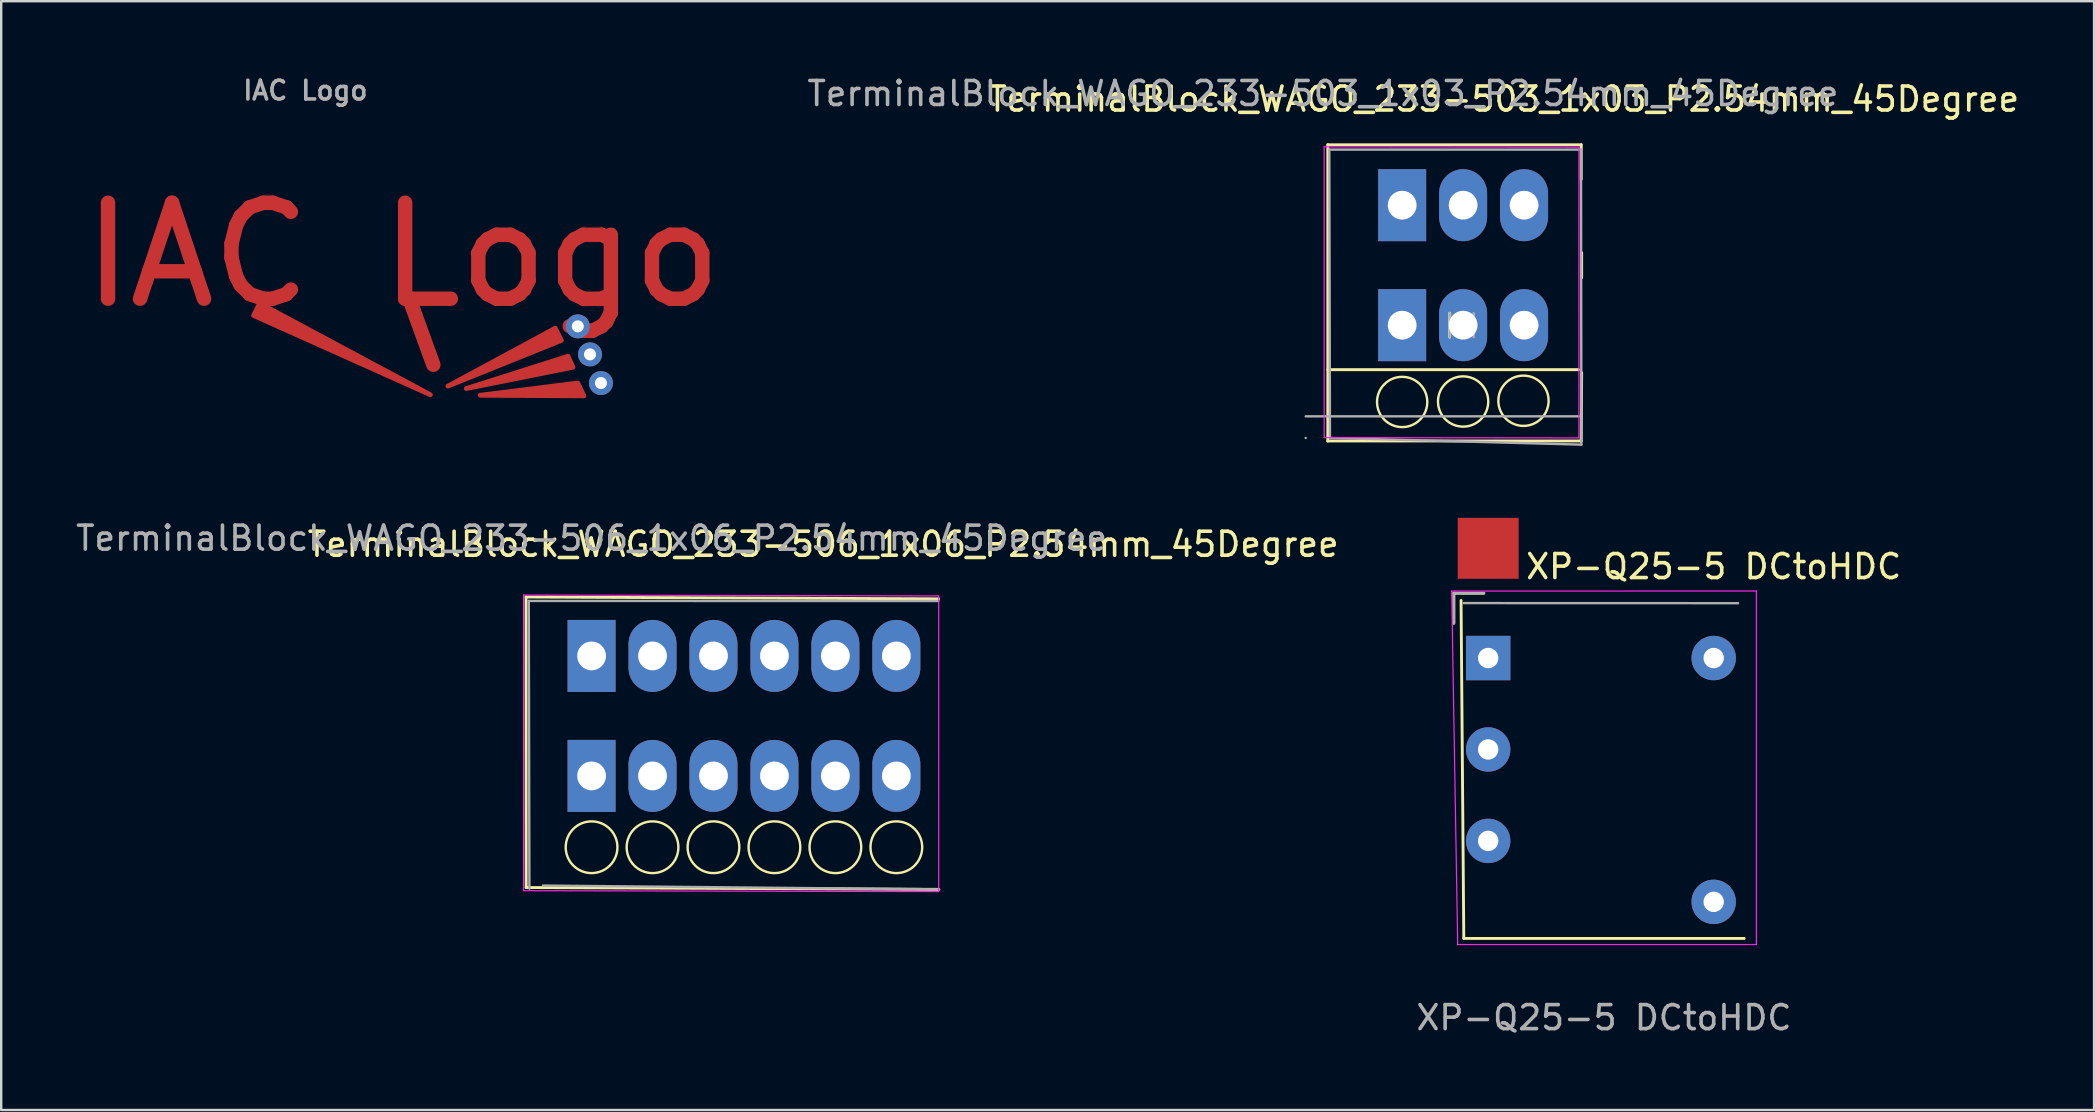
<source format=kicad_pcb>
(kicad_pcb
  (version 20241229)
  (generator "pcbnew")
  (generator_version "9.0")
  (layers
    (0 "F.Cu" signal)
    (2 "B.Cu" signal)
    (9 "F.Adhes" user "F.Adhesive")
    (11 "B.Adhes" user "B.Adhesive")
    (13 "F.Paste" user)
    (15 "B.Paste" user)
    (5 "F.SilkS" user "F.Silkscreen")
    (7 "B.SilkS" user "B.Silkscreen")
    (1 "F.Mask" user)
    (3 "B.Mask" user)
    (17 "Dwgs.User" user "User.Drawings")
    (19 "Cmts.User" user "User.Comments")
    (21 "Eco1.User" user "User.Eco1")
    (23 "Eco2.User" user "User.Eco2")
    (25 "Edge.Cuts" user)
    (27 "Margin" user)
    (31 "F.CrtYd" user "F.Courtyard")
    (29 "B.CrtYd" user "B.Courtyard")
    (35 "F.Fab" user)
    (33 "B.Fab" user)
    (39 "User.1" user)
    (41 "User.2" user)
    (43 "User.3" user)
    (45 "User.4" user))
  (footprint "IAC Logo"
    (layer "F.Cu")
    (at 14.5 7.832)
    (property "Reference" "IAC Logo" (at -0.762 -0.254 0) (layer "F.Cu") (effects (font (size 4 4) (thickness 0.6))))
    (attr through_hole)
    (fp_line (start -0.508 1.524) (end 0.508 4.318) (stroke (width 0.6) (type default)) (layer "F.Cu"))
    (fp_poly (pts (xy -6.729 1.757) (xy 0.383 5.567) (xy -6.983 2.265)) (stroke (width 0.2) (type solid)) (fill yes) (layer "F.Cu"))
    (fp_poly (pts (xy 1.118 5.207) (xy 5.588 2.794) (xy 5.842 3.302)) (stroke (width 0.2) (type solid)) (fill yes) (layer "F.Cu"))
    (fp_poly (pts (xy 1.88 5.309) (xy 6.121 3.962) (xy 6.325 4.42)) (stroke (width 0.2) (type solid)) (fill yes) (layer "F.Cu"))
    (fp_poly (pts (xy 2.464 5.588) (xy 6.528 5.08) (xy 6.782 5.613)) (stroke (width 0.2) (type solid)) (fill yes) (layer "F.Cu"))
    (fp_text user "${REFERENCE}" (at -4.826 -7.112 0) (layer "F.Fab") (effects (font (size 0.78 0.78) (thickness 0.15))))
    (pad "1" thru_hole circle (at 6.528 2.718) (size 1 1) (drill 0.5) (layers "*.Cu" "*.Mask"))
    (pad "2" thru_hole circle (at 7.036 3.886) (size 1 1) (drill 0.5) (layers "*.Cu" "*.Mask"))
    (pad "3" thru_hole circle (at 7.493 5.08) (size 1 1) (drill 0.5) (layers "*.Cu" "*.Mask")))
  (footprint "XP-Q25-5 DCtoHDC"
    (layer "F.Cu")
    (at 58.963 24.371)
    (property "Reference" "XP-Q25-5 DCtoHDC" (at 9.398 -3.81 0) (layer "F.SilkS") (effects (font (size 1 1) (thickness 0.15))))
    (attr through_hole)
    (fp_line (start -1.43 -2.7) (end -1.43 -1.45) (stroke (width 0.12) (type solid)) (layer "F.SilkS"))
    (fp_line (start -1.13 -2.4) (end -1.016 11.684) (stroke (width 0.12) (type solid)) (layer "F.SilkS"))
    (fp_line (start -1.016 11.684) (end 10.668 11.684) (stroke (width 0.12) (type solid)) (layer "F.SilkS"))
    (fp_line (start -0.18 -2.7) (end -1.43 -2.7) (stroke (width 0.12) (type solid)) (layer "F.SilkS"))
    (fp_line (start -1.52 -2.79) (end -1.27 11.938) (stroke (width 0.05) (type solid)) (layer "F.CrtYd"))
    (fp_line (start -1.27 11.938) (end 11.176 11.938) (stroke (width 0.05) (type solid)) (layer "F.CrtYd"))
    (fp_line (start 11.176 -2.794) (end -1.52 -2.79) (stroke (width 0.05) (type solid)) (layer "F.CrtYd"))
    (fp_line (start 11.176 11.938) (end 11.176 -2.794) (stroke (width 0.05) (type solid)) (layer "F.CrtYd"))
    (fp_line (start -1.43 -2.7) (end -1.43 -1.45) (stroke (width 0.1) (type solid)) (layer "F.Fab"))
    (fp_line (start -0.18 -2.7) (end -1.43 -2.7) (stroke (width 0.1) (type solid)) (layer "F.Fab"))
    (fp_line (start 10.414 -2.286) (end -1.02 -2.29) (stroke (width 0.1) (type solid)) (layer "F.Fab"))
    (fp_text user "${REFERENCE}" (at 4.826 14.986 0) (layer "F.Fab") (effects (font (size 1 1) (thickness 0.15))))
    (pad "1" thru_hole rect (at 0 0) (size 1.85 1.85) (drill 0.85) (layers "*.Cu" "*.Mask"))
    (pad "2" thru_hole circle (at 0 3.81) (size 1.85 1.85) (drill 0.85) (layers "*.Cu" "*.Mask"))
    (pad "3" thru_hole circle (at 9.398 0) (size 1.85 1.85) (drill 0.85) (layers "*.Cu" "*.Mask"))
    (pad "4" thru_hole circle (at 9.398 10.16) (size 1.85 1.85) (drill 0.85) (layers "*.Cu" "*.Mask"))
    (pad "5" smd rect (at 0 -4.572) (size 2.54 2.54) (layers "F.Cu" "F.Mask" "F.Paste"))
    (pad "6" thru_hole circle (at 0 7.62) (size 1.85 1.85) (drill 0.85) (layers "*.Cu" "*.Mask")))
  (footprint "TerminalBlock_WAGO_233-506_1x06_P2.54mm_45Degree"
    (layer "F.Cu")
    (at 21.601 29.283)
    (property "Reference" "TerminalBlock_WAGO_233-506_1x06_P2.54mm_45Degree" (at 9.652 -9.652 0) (layer "F.SilkS") (effects (font (size 1 1) (thickness 0.15))))
    (attr through_hole)
    (fp_line (start -2.731 -7.455) (end -2.724 4.651) (stroke (width 0.12) (type solid)) (layer "F.SilkS"))
    (fp_line (start -2.731 -7.455) (end 14.465 -7.379) (stroke (width 0.12) (type solid)) (layer "F.SilkS"))
    (fp_line (start -2.724 4.651) (end 14.472 4.727) (stroke (width 0.12) (type solid)) (layer "F.SilkS"))
    (fp_circle (center 0 2.972) (end 0.762 2.21) (stroke (width 0.1) (type default)) (fill no) (layer "F.SilkS"))
    (fp_circle (center 2.54 2.972) (end 3.302 2.21) (stroke (width 0.1) (type default)) (fill no) (layer "F.SilkS"))
    (fp_circle (center 5.08 2.972) (end 5.842 2.21) (stroke (width 0.1) (type default)) (fill no) (layer "F.SilkS"))
    (fp_circle (center 7.62 2.972) (end 8.382 2.21) (stroke (width 0.1) (type default)) (fill no) (layer "F.SilkS"))
    (fp_circle (center 10.16 2.972) (end 10.922 2.21) (stroke (width 0.1) (type default)) (fill no) (layer "F.SilkS"))
    (fp_circle (center 12.7 2.972) (end 13.462 2.21) (stroke (width 0.1) (type default)) (fill no) (layer "F.SilkS"))
    (fp_line (start -2.832 -7.537) (end -2.832 4.782) (stroke (width 0.05) (type solid)) (layer "F.CrtYd"))
    (fp_line (start -2.832 4.782) (end 14.465 4.82) (stroke (width 0.05) (type solid)) (layer "F.CrtYd"))
    (fp_line (start 14.465 -7.499) (end -2.832 -7.537) (stroke (width 0.05) (type solid)) (layer "F.CrtYd"))
    (fp_line (start 14.465 4.82) (end 14.465 -7.499) (stroke (width 0.05) (type solid)) (layer "F.CrtYd"))
    (fp_line (start -2.616 -7.292) (end 14.453 -7.288) (stroke (width 0.1) (type solid)) (layer "F.Fab"))
    (fp_line (start -2.591 4.697) (end -2.616 -7.292) (stroke (width 0.1) (type solid)) (layer "F.Fab"))
    (fp_line (start 14.472 4.727) (end -2.026 4.569) (stroke (width 0.1) (type solid)) (layer "F.Fab"))
    (fp_text user "${REFERENCE}" (at 0 -9.906 0) (layer "F.Fab") (effects (font (size 1 1) (thickness 0.15))))
    (pad "1" thru_hole rect (at 0 -5) (size 2 3) (drill 1.2) (layers "*.Cu" "*.Mask"))
    (pad "1" thru_hole rect (at 0 0) (size 2 3) (drill 1.2) (layers "*.Cu" "*.Mask"))
    (pad "2" thru_hole oval (at 2.54 -5) (size 2 3) (drill 1.2) (layers "*.Cu" "*.Mask"))
    (pad "2" thru_hole oval (at 2.54 0) (size 2 3) (drill 1.2) (layers "*.Cu" "*.Mask"))
    (pad "3" thru_hole oval (at 5.08 -5) (size 2 3) (drill 1.2) (layers "*.Cu" "*.Mask"))
    (pad "3" thru_hole oval (at 5.08 0) (size 2 3) (drill 1.2) (layers "*.Cu" "*.Mask"))
    (pad "4" thru_hole oval (at 7.62 -5) (size 2 3) (drill 1.2) (layers "*.Cu" "*.Mask"))
    (pad "4" thru_hole oval (at 7.62 0) (size 2 3) (drill 1.2) (layers "*.Cu" "*.Mask"))
    (pad "5" thru_hole oval (at 10.16 -5) (size 2 3) (drill 1.2) (layers "*.Cu" "*.Mask"))
    (pad "5" thru_hole oval (at 10.16 0) (size 2 3) (drill 1.2) (layers "*.Cu" "*.Mask"))
    (pad "6" thru_hole oval (at 12.7 -5) (size 2 3) (drill 1.2) (layers "*.Cu" "*.Mask"))
    (pad "6" thru_hole oval (at 12.7 0) (size 2 3) (drill 1.2) (layers "*.Cu" "*.Mask")))
  (footprint "TerminalBlock_WAGO_233-503_1x03_P2.54mm_45Degree"
    (layer "F.Cu")
    (at 55.379 10.5)
    (property "Reference" "TerminalBlock_WAGO_233-503_1x03_P2.54mm_45Degree" (at 4.23 -9.42 0) (layer "F.SilkS") (effects (font (size 1 1) (thickness 0.15))))
    (attr through_hole)
    (fp_line (start -3.099 -7.518) (end -3.099 4.826) (stroke (width 0.12) (type solid)) (layer "F.SilkS"))
    (fp_line (start -3.099 -7.518) (end 7.461 -7.518) (stroke (width 0.12) (type solid)) (layer "F.SilkS"))
    (fp_line (start -3.099 1.854) (end 7.353 1.854) (stroke (width 0.12) (type solid)) (layer "F.SilkS"))
    (fp_line (start -3.099 4.826) (end 7.461 4.826) (stroke (width 0.12) (type solid)) (layer "F.SilkS"))
    (fp_line (start 1.98 -0.5) (end 1.98 0.5) (stroke (width 0.12) (type solid)) (layer "F.SilkS"))
    (fp_line (start 7.461 -7.518) (end 7.461 -6.078) (stroke (width 0.12) (type solid)) (layer "F.SilkS"))
    (fp_line (start 7.48 -3.02) (end 7.48 -1.98) (stroke (width 0.12) (type solid)) (layer "F.SilkS"))
    (fp_line (start 7.48 1.98) (end 7.461 4.826) (stroke (width 0.12) (type solid)) (layer "F.SilkS"))
    (fp_circle (center 0 3.2) (end 1.016 2.946) (stroke (width 0.1) (type default)) (fill no) (layer "F.SilkS"))
    (fp_circle (center 2.54 3.181) (end 3.556 2.927) (stroke (width 0.1) (type default)) (fill no) (layer "F.SilkS"))
    (fp_circle (center 5.055 3.15) (end 6.071 2.896) (stroke (width 0.1) (type default)) (fill no) (layer "F.SilkS"))
    (fp_line (start -3.251 -7.429) (end -3.251 4.686) (stroke (width 0.05) (type solid)) (layer "F.CrtYd"))
    (fp_line (start -3.251 4.686) (end 7.365 4.699) (stroke (width 0.05) (type solid)) (layer "F.CrtYd"))
    (fp_line (start 7.365 -7.417) (end -3.251 -7.429) (stroke (width 0.05) (type solid)) (layer "F.CrtYd"))
    (fp_line (start 7.365 4.699) (end 7.365 -7.417) (stroke (width 0.05) (type solid)) (layer "F.CrtYd"))
    (fp_line (start -4.02 3.8) (end 7.366 3.8) (stroke (width 0.1) (type solid)) (layer "F.Fab"))
    (fp_line (start -4.02 4.7) (end -4.02 4.7) (stroke (width 0.1) (type solid)) (layer "F.Fab"))
    (fp_line (start -3.037 -7.315) (end 7.452 -7.315) (stroke (width 0.1) (type solid)) (layer "F.Fab"))
    (fp_line (start -3.009 4.7) (end -3.037 -7.315) (stroke (width 0.1) (type solid)) (layer "F.Fab"))
    (fp_line (start 1.98 0.5) (end 1.98 -0.5) (stroke (width 0.1) (type solid)) (layer "F.Fab"))
    (fp_line (start 2.98 -0.5) (end 2.98 0.5) (stroke (width 0.1) (type solid)) (layer "F.Fab"))
    (fp_line (start 7.452 -7.315) (end 7.468 4.978) (stroke (width 0.1) (type solid)) (layer "F.Fab"))
    (fp_line (start 7.468 4.978) (end -3.009 4.7) (stroke (width 0.1) (type solid)) (layer "F.Fab"))
    (fp_text user "${REFERENCE}" (at -3.302 -9.652 0) (layer "F.Fab") (effects (font (size 1 1) (thickness 0.15))))
    (pad "1" thru_hole rect (at 0 -5) (size 2 3) (drill 1.2) (layers "*.Cu" "*.Mask"))
    (pad "1" thru_hole rect (at 0 0) (size 2 3) (drill 1.2) (layers "*.Cu" "*.Mask"))
    (pad "2" thru_hole oval (at 2.54 -5) (size 2 3) (drill 1.2) (layers "*.Cu" "*.Mask"))
    (pad "2" thru_hole oval (at 2.54 0) (size 2 3) (drill 1.2) (layers "*.Cu" "*.Mask"))
    (pad "3" thru_hole oval (at 5.08 -5) (size 2 3) (drill 1.2) (layers "*.Cu" "*.Mask"))
    (pad "3" thru_hole oval (at 5.08 0) (size 2 3) (drill 1.2) (layers "*.Cu" "*.Mask")))
  (gr_rect
    (start -3 -3)
    (end 84.211 43.205)
    (stroke (width 0.1) (type default))
    (fill no)
    (layer "Edge.Cuts")))
</source>
